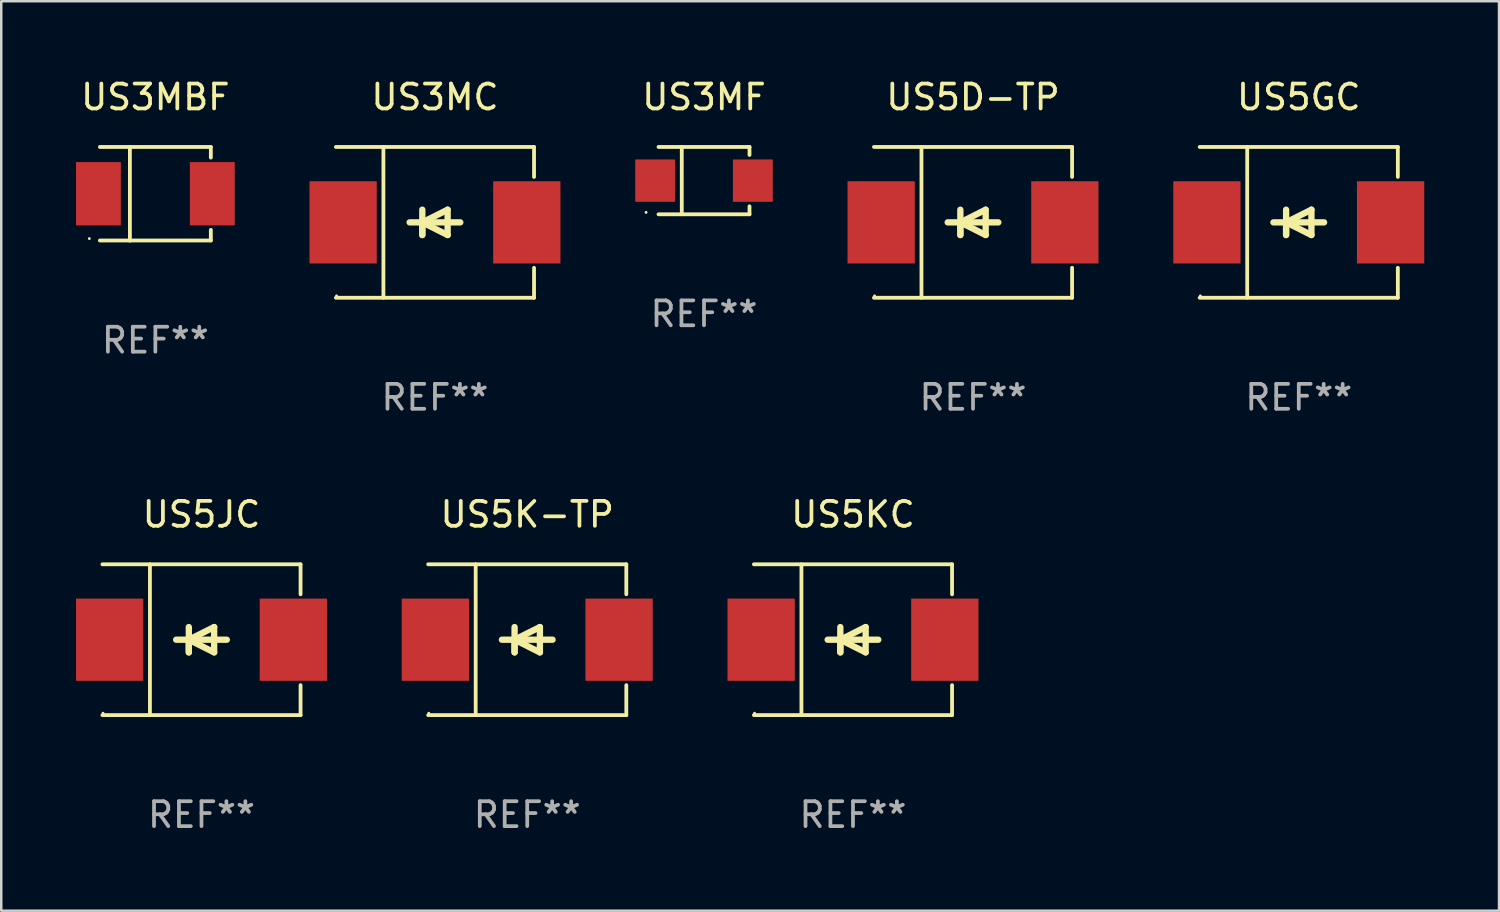
<source format=kicad_pcb>
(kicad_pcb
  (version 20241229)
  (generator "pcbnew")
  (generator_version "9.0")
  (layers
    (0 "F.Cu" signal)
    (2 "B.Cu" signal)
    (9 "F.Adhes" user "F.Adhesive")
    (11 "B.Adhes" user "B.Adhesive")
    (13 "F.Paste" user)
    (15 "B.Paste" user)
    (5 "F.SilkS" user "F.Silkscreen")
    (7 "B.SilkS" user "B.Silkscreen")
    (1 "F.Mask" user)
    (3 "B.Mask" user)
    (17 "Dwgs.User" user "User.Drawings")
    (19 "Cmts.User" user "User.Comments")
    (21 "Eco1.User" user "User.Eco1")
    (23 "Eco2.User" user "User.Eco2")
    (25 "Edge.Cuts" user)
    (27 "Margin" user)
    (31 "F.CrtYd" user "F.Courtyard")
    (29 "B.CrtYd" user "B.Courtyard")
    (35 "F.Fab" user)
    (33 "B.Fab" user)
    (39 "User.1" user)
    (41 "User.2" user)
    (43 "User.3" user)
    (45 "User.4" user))
  (footprint "US5JC"
    (layer "F.Cu")
    (at 5.036 22.623)
    (property "Reference" "US5JC" (at 0 -5.026 0) (layer "F.SilkS") (effects (font (size 1 1) (thickness 0.15))))
    (attr through_hole)
    (fp_line (start -3.976 -3.026) (end 3.976 -3.026) (stroke (width 0.152) (type solid)) (layer "F.SilkS"))
    (fp_line (start -3.976 3.026) (end 3.976 3.026) (stroke (width 0.152) (type solid)) (layer "F.SilkS"))
    (fp_line (start -2.069 -3.026) (end -2.069 3.026) (stroke (width 0.152) (type solid)) (layer "F.SilkS"))
    (fp_line (start -0.508 0) (end -0.508 0.508) (stroke (width 0.254) (type solid)) (layer "F.SilkS"))
    (fp_line (start -0.508 0) (end 0.508 0.508) (stroke (width 0.254) (type solid)) (layer "F.SilkS"))
    (fp_line (start -0.508 0.508) (end -0.508 -0.508) (stroke (width 0.254) (type solid)) (layer "F.SilkS"))
    (fp_line (start 0.508 -0.508) (end -0.508 0) (stroke (width 0.254) (type solid)) (layer "F.SilkS"))
    (fp_line (start 0.508 0.508) (end 0.508 -0.508) (stroke (width 0.254) (type solid)) (layer "F.SilkS"))
    (fp_line (start 1.016 0) (end -1.016 0) (stroke (width 0.254) (type solid)) (layer "F.SilkS"))
    (fp_line (start 3.976 -3.026) (end 3.976 -1.823) (stroke (width 0.152) (type solid)) (layer "F.SilkS"))
    (fp_line (start 3.976 3.026) (end 3.976 1.823) (stroke (width 0.152) (type solid)) (layer "F.SilkS"))
    (fp_circle (center -3.95 2.95) (end -3.92 2.95) (stroke (width 0.06) (type solid)) (fill no) (layer "F.SilkS"))
    (fp_text user "REF**" (at 0 7.026 0) (layer "F.Fab") (effects (font (size 1 1) (thickness 0.15))))
    (pad "1" smd rect (at -3.686 0) (size 2.7 3.3) (layers "F.Cu" "F.Mask" "F.Paste"))
    (pad "2" smd rect (at 3.686 0) (size 2.7 3.3) (layers "F.Cu" "F.Mask" "F.Paste")))
  (footprint "US5GC"
    (layer "F.Cu")
    (at 49.072 5.874)
    (property "Reference" "US5GC" (at 0 -5.026 0) (layer "F.SilkS") (effects (font (size 1 1) (thickness 0.15))))
    (attr through_hole)
    (fp_line (start -3.976 -3.026) (end 3.976 -3.026) (stroke (width 0.152) (type solid)) (layer "F.SilkS"))
    (fp_line (start -3.976 3.026) (end 3.976 3.026) (stroke (width 0.152) (type solid)) (layer "F.SilkS"))
    (fp_line (start -2.069 -3.026) (end -2.069 3.026) (stroke (width 0.152) (type solid)) (layer "F.SilkS"))
    (fp_line (start -0.508 0) (end -0.508 0.508) (stroke (width 0.254) (type solid)) (layer "F.SilkS"))
    (fp_line (start -0.508 0) (end 0.508 0.508) (stroke (width 0.254) (type solid)) (layer "F.SilkS"))
    (fp_line (start -0.508 0.508) (end -0.508 -0.508) (stroke (width 0.254) (type solid)) (layer "F.SilkS"))
    (fp_line (start 0.508 -0.508) (end -0.508 0) (stroke (width 0.254) (type solid)) (layer "F.SilkS"))
    (fp_line (start 0.508 0.508) (end 0.508 -0.508) (stroke (width 0.254) (type solid)) (layer "F.SilkS"))
    (fp_line (start 1.016 0) (end -1.016 0) (stroke (width 0.254) (type solid)) (layer "F.SilkS"))
    (fp_line (start 3.976 -3.026) (end 3.976 -1.823) (stroke (width 0.152) (type solid)) (layer "F.SilkS"))
    (fp_line (start 3.976 3.026) (end 3.976 1.823) (stroke (width 0.152) (type solid)) (layer "F.SilkS"))
    (fp_circle (center -3.95 2.95) (end -3.92 2.95) (stroke (width 0.06) (type solid)) (fill no) (layer "F.SilkS"))
    (fp_text user "REF**" (at 0 7.026 0) (layer "F.Fab") (effects (font (size 1 1) (thickness 0.15))))
    (pad "1" smd rect (at -3.686 0) (size 2.7 3.3) (layers "F.Cu" "F.Mask" "F.Paste"))
    (pad "2" smd rect (at 3.686 0) (size 2.7 3.3) (layers "F.Cu" "F.Mask" "F.Paste")))
  (footprint "US3MC"
    (layer "F.Cu")
    (at 14.406 5.874)
    (property "Reference" "US3MC" (at 0 -5.026 0) (layer "F.SilkS") (effects (font (size 1 1) (thickness 0.15))))
    (attr through_hole)
    (fp_line (start -3.976 -3.026) (end 3.976 -3.026) (stroke (width 0.152) (type solid)) (layer "F.SilkS"))
    (fp_line (start -3.976 3.026) (end 3.976 3.026) (stroke (width 0.152) (type solid)) (layer "F.SilkS"))
    (fp_line (start -2.069 -3.026) (end -2.069 3.026) (stroke (width 0.152) (type solid)) (layer "F.SilkS"))
    (fp_line (start -0.508 0) (end -0.508 0.508) (stroke (width 0.254) (type solid)) (layer "F.SilkS"))
    (fp_line (start -0.508 0) (end 0.508 0.508) (stroke (width 0.254) (type solid)) (layer "F.SilkS"))
    (fp_line (start -0.508 0.508) (end -0.508 -0.508) (stroke (width 0.254) (type solid)) (layer "F.SilkS"))
    (fp_line (start 0.508 -0.508) (end -0.508 0) (stroke (width 0.254) (type solid)) (layer "F.SilkS"))
    (fp_line (start 0.508 0.508) (end 0.508 -0.508) (stroke (width 0.254) (type solid)) (layer "F.SilkS"))
    (fp_line (start 1.016 0) (end -1.016 0) (stroke (width 0.254) (type solid)) (layer "F.SilkS"))
    (fp_line (start 3.976 -3.026) (end 3.976 -1.823) (stroke (width 0.152) (type solid)) (layer "F.SilkS"))
    (fp_line (start 3.976 3.026) (end 3.976 1.823) (stroke (width 0.152) (type solid)) (layer "F.SilkS"))
    (fp_circle (center -3.95 2.95) (end -3.92 2.95) (stroke (width 0.06) (type solid)) (fill no) (layer "F.SilkS"))
    (fp_text user "REF**" (at 0 7.026 0) (layer "F.Fab") (effects (font (size 1 1) (thickness 0.15))))
    (pad "1" smd rect (at -3.686 0) (size 2.7 3.3) (layers "F.Cu" "F.Mask" "F.Paste"))
    (pad "2" smd rect (at 3.686 0) (size 2.7 3.3) (layers "F.Cu" "F.Mask" "F.Paste")))
  (footprint "US5D-TP"
    (layer "F.Cu")
    (at 35.999 5.874)
    (property "Reference" "US5D-TP" (at 0 -5.026 0) (layer "F.SilkS") (effects (font (size 1 1) (thickness 0.15))))
    (attr through_hole)
    (fp_line (start -3.976 -3.026) (end 3.976 -3.026) (stroke (width 0.152) (type solid)) (layer "F.SilkS"))
    (fp_line (start -3.976 3.026) (end 3.976 3.026) (stroke (width 0.152) (type solid)) (layer "F.SilkS"))
    (fp_line (start -2.069 -3.026) (end -2.069 3.026) (stroke (width 0.152) (type solid)) (layer "F.SilkS"))
    (fp_line (start -0.508 0) (end -0.508 0.508) (stroke (width 0.254) (type solid)) (layer "F.SilkS"))
    (fp_line (start -0.508 0) (end 0.508 0.508) (stroke (width 0.254) (type solid)) (layer "F.SilkS"))
    (fp_line (start -0.508 0.508) (end -0.508 -0.508) (stroke (width 0.254) (type solid)) (layer "F.SilkS"))
    (fp_line (start 0.508 -0.508) (end -0.508 0) (stroke (width 0.254) (type solid)) (layer "F.SilkS"))
    (fp_line (start 0.508 0.508) (end 0.508 -0.508) (stroke (width 0.254) (type solid)) (layer "F.SilkS"))
    (fp_line (start 1.016 0) (end -1.016 0) (stroke (width 0.254) (type solid)) (layer "F.SilkS"))
    (fp_line (start 3.976 -3.026) (end 3.976 -1.823) (stroke (width 0.152) (type solid)) (layer "F.SilkS"))
    (fp_line (start 3.976 3.026) (end 3.976 1.823) (stroke (width 0.152) (type solid)) (layer "F.SilkS"))
    (fp_circle (center -3.95 2.95) (end -3.92 2.95) (stroke (width 0.06) (type solid)) (fill no) (layer "F.SilkS"))
    (fp_text user "REF**" (at 0 7.026 0) (layer "F.Fab") (effects (font (size 1 1) (thickness 0.15))))
    (pad "1" smd rect (at -3.686 0) (size 2.7 3.3) (layers "F.Cu" "F.Mask" "F.Paste"))
    (pad "2" smd rect (at 3.686 0) (size 2.7 3.3) (layers "F.Cu" "F.Mask" "F.Paste")))
  (footprint "US5K-TP"
    (layer "F.Cu")
    (at 18.109 22.623)
    (property "Reference" "US5K-TP" (at 0 -5.026 0) (layer "F.SilkS") (effects (font (size 1 1) (thickness 0.15))))
    (attr through_hole)
    (fp_line (start -3.976 -3.026) (end 3.976 -3.026) (stroke (width 0.152) (type solid)) (layer "F.SilkS"))
    (fp_line (start -3.976 3.026) (end 3.976 3.026) (stroke (width 0.152) (type solid)) (layer "F.SilkS"))
    (fp_line (start -2.069 -3.026) (end -2.069 3.026) (stroke (width 0.152) (type solid)) (layer "F.SilkS"))
    (fp_line (start -0.508 0) (end -0.508 0.508) (stroke (width 0.254) (type solid)) (layer "F.SilkS"))
    (fp_line (start -0.508 0) (end 0.508 0.508) (stroke (width 0.254) (type solid)) (layer "F.SilkS"))
    (fp_line (start -0.508 0.508) (end -0.508 -0.508) (stroke (width 0.254) (type solid)) (layer "F.SilkS"))
    (fp_line (start 0.508 -0.508) (end -0.508 0) (stroke (width 0.254) (type solid)) (layer "F.SilkS"))
    (fp_line (start 0.508 0.508) (end 0.508 -0.508) (stroke (width 0.254) (type solid)) (layer "F.SilkS"))
    (fp_line (start 1.016 0) (end -1.016 0) (stroke (width 0.254) (type solid)) (layer "F.SilkS"))
    (fp_line (start 3.976 -3.026) (end 3.976 -1.823) (stroke (width 0.152) (type solid)) (layer "F.SilkS"))
    (fp_line (start 3.976 3.026) (end 3.976 1.823) (stroke (width 0.152) (type solid)) (layer "F.SilkS"))
    (fp_circle (center -3.95 2.95) (end -3.92 2.95) (stroke (width 0.06) (type solid)) (fill no) (layer "F.SilkS"))
    (fp_text user "REF**" (at 0 7.026 0) (layer "F.Fab") (effects (font (size 1 1) (thickness 0.15))))
    (pad "1" smd rect (at -3.686 0) (size 2.7 3.3) (layers "F.Cu" "F.Mask" "F.Paste"))
    (pad "2" smd rect (at 3.686 0) (size 2.7 3.3) (layers "F.Cu" "F.Mask" "F.Paste")))
  (footprint "US5KC"
    (layer "F.Cu")
    (at 31.182 22.623)
    (property "Reference" "US5KC" (at 0 -5.026 0) (layer "F.SilkS") (effects (font (size 1 1) (thickness 0.15))))
    (attr through_hole)
    (fp_line (start -3.976 -3.026) (end 3.976 -3.026) (stroke (width 0.152) (type solid)) (layer "F.SilkS"))
    (fp_line (start -3.976 3.026) (end 3.976 3.026) (stroke (width 0.152) (type solid)) (layer "F.SilkS"))
    (fp_line (start -2.069 -3.026) (end -2.069 3.026) (stroke (width 0.152) (type solid)) (layer "F.SilkS"))
    (fp_line (start -0.508 0) (end -0.508 0.508) (stroke (width 0.254) (type solid)) (layer "F.SilkS"))
    (fp_line (start -0.508 0) (end 0.508 0.508) (stroke (width 0.254) (type solid)) (layer "F.SilkS"))
    (fp_line (start -0.508 0.508) (end -0.508 -0.508) (stroke (width 0.254) (type solid)) (layer "F.SilkS"))
    (fp_line (start 0.508 -0.508) (end -0.508 0) (stroke (width 0.254) (type solid)) (layer "F.SilkS"))
    (fp_line (start 0.508 0.508) (end 0.508 -0.508) (stroke (width 0.254) (type solid)) (layer "F.SilkS"))
    (fp_line (start 1.016 0) (end -1.016 0) (stroke (width 0.254) (type solid)) (layer "F.SilkS"))
    (fp_line (start 3.976 -3.026) (end 3.976 -1.823) (stroke (width 0.152) (type solid)) (layer "F.SilkS"))
    (fp_line (start 3.976 3.026) (end 3.976 1.823) (stroke (width 0.152) (type solid)) (layer "F.SilkS"))
    (fp_circle (center -3.95 2.95) (end -3.92 2.95) (stroke (width 0.06) (type solid)) (fill no) (layer "F.SilkS"))
    (fp_text user "REF**" (at 0 7.026 0) (layer "F.Fab") (effects (font (size 1 1) (thickness 0.15))))
    (pad "1" smd rect (at -3.686 0) (size 2.7 3.3) (layers "F.Cu" "F.Mask" "F.Paste"))
    (pad "2" smd rect (at 3.686 0) (size 2.7 3.3) (layers "F.Cu" "F.Mask" "F.Paste")))
  (footprint "US3MF"
    (layer "F.Cu")
    (at 25.203 4.199)
    (property "Reference" "US3MF" (at 0 -3.351 0) (layer "F.SilkS") (effects (font (size 1 1) (thickness 0.15))))
    (attr through_hole)
    (fp_line (start -1.826 -1.351) (end 1.826 -1.351) (stroke (width 0.152) (type solid)) (layer "F.SilkS"))
    (fp_line (start -1.826 1.351) (end 1.826 1.351) (stroke (width 0.152) (type solid)) (layer "F.SilkS"))
    (fp_line (start -0.892 -1.351) (end -0.892 1.351) (stroke (width 0.152) (type solid)) (layer "F.SilkS"))
    (fp_line (start 1.826 -1.351) (end 1.826 -1.03) (stroke (width 0.152) (type solid)) (layer "F.SilkS"))
    (fp_line (start 1.826 1.03) (end 1.826 1.351) (stroke (width 0.152) (type solid)) (layer "F.SilkS"))
    (fp_circle (center -2.325 1.275) (end -2.295 1.275) (stroke (width 0.06) (type solid)) (fill no) (layer "F.SilkS"))
    (fp_text user "REF**" (at 0 5.351 0) (layer "F.Fab") (effects (font (size 1 1) (thickness 0.15))))
    (pad "1" smd rect (at -1.96 0 180) (size 1.6 1.7) (layers "F.Cu" "F.Mask" "F.Paste"))
    (pad "2" smd rect (at 1.96 0 180) (size 1.6 1.7) (layers "F.Cu" "F.Mask" "F.Paste")))
  (footprint "US3MBF"
    (layer "F.Cu")
    (at 3.185 4.728)
    (property "Reference" "US3MBF" (at 0 -3.88 0) (layer "F.SilkS") (effects (font (size 1 1) (thickness 0.15))))
    (attr through_hole)
    (fp_line (start -2.226 -1.88) (end 2.226 -1.88) (stroke (width 0.152) (type solid)) (layer "F.SilkS"))
    (fp_line (start -2.226 1.873) (end 2.226 1.873) (stroke (width 0.152) (type solid)) (layer "F.SilkS"))
    (fp_line (start -1.022 -1.873) (end -1.022 1.88) (stroke (width 0.152) (type solid)) (layer "F.SilkS"))
    (fp_line (start 2.226 -1.88) (end 2.226 -1.453) (stroke (width 0.152) (type solid)) (layer "F.SilkS"))
    (fp_line (start 2.226 1.447) (end 2.226 1.873) (stroke (width 0.152) (type solid)) (layer "F.SilkS"))
    (fp_circle (center -2.65 1.797) (end -2.62 1.797) (stroke (width 0.06) (type solid)) (fill no) (layer "F.SilkS"))
    (fp_text user "REF**" (at 0 5.88 0) (layer "F.Fab") (effects (font (size 1 1) (thickness 0.15))))
    (pad "1" smd rect (at -2.285 -0.003) (size 1.8 2.54) (layers "F.Cu" "F.Mask" "F.Paste"))
    (pad "2" smd rect (at 2.285 -0.003) (size 1.8 2.54) (layers "F.Cu" "F.Mask" "F.Paste")))
  (gr_rect
    (start -3 -3)
    (end 57.108 33.498)
    (stroke (width 0.1) (type default))
    (fill no)
    (layer "Edge.Cuts")))
</source>
